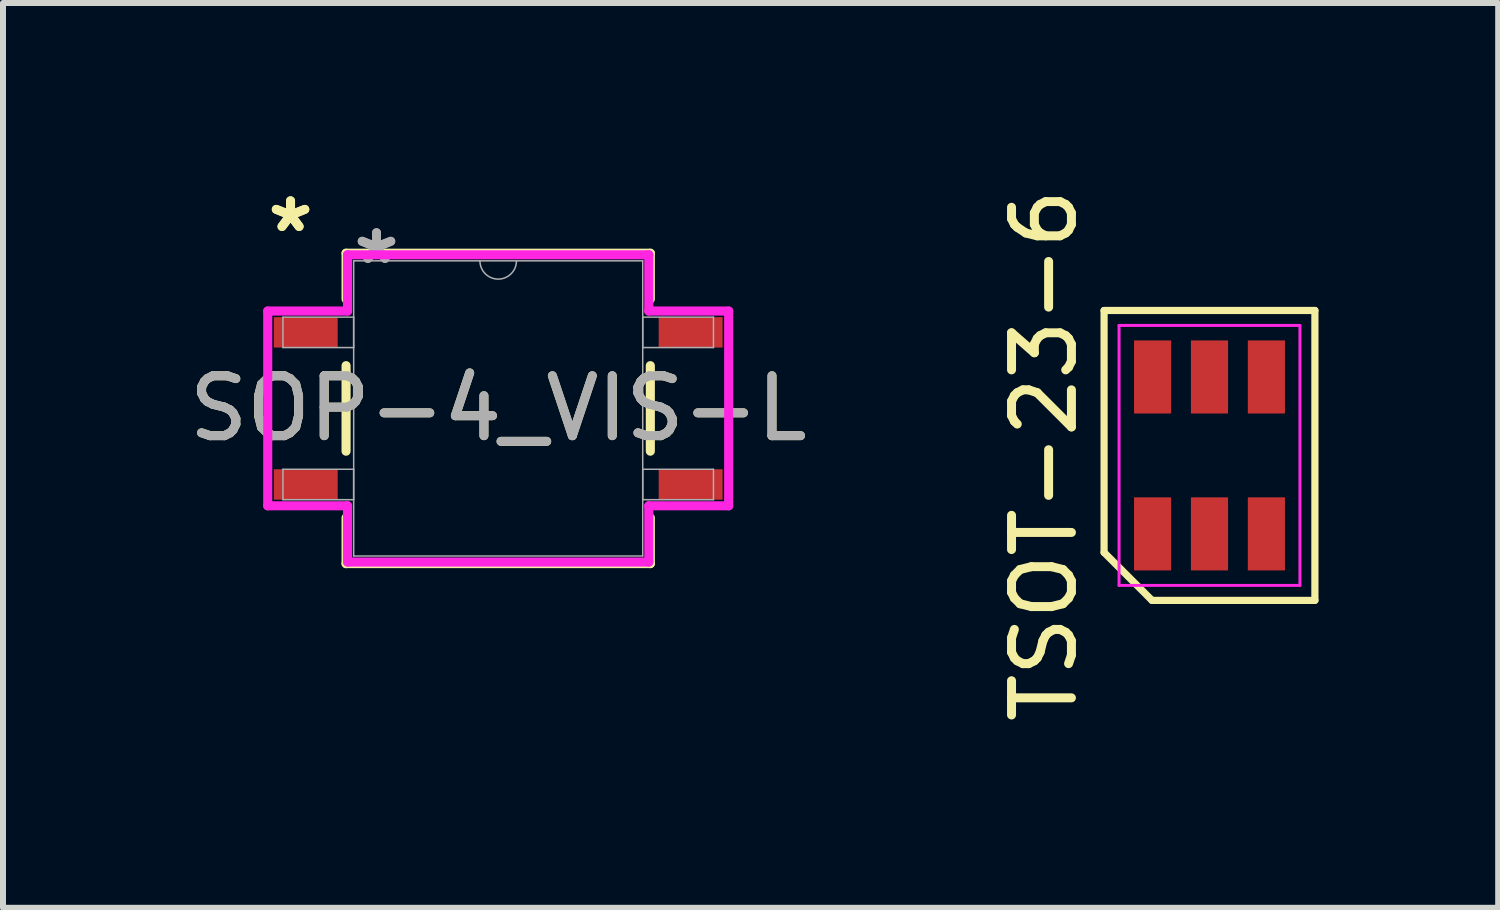
<source format=kicad_pcb>
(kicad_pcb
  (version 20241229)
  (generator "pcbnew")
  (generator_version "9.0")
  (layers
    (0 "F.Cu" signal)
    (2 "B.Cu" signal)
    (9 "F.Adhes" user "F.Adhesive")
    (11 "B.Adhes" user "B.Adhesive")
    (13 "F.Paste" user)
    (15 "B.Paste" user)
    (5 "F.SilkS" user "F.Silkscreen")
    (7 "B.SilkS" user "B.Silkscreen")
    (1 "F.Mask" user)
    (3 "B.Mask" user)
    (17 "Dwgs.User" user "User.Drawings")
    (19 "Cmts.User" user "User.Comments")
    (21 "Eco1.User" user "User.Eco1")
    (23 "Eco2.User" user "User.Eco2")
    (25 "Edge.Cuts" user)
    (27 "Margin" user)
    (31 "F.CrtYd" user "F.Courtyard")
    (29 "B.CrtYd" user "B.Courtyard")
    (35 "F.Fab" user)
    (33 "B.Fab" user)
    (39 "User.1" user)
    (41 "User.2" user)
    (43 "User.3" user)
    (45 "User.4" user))
  (footprint "SOP-4_VIS-L"
    (layer "F.Cu")
    (at 5.268 3.769)
    (property "Reference" "SOP-4_VIS-L" (at 0 0 0) (unlocked yes) (layer "F.SilkS") (effects (font (size 1 1) (thickness 0.15))))
    (attr smd)
    (fp_line (start -2.54 -2.591) (end -2.54 -1.826) (stroke (width 0.152) (type solid)) (layer "F.SilkS"))
    (fp_line (start -2.54 -0.714) (end -2.54 0.714) (stroke (width 0.152) (type solid)) (layer "F.SilkS"))
    (fp_line (start -2.54 1.826) (end -2.54 2.591) (stroke (width 0.152) (type solid)) (layer "F.SilkS"))
    (fp_line (start -2.54 2.591) (end 2.54 2.591) (stroke (width 0.152) (type solid)) (layer "F.SilkS"))
    (fp_line (start 2.54 -2.591) (end -2.54 -2.591) (stroke (width 0.152) (type solid)) (layer "F.SilkS"))
    (fp_line (start 2.54 -1.826) (end 2.54 -2.591) (stroke (width 0.152) (type solid)) (layer "F.SilkS"))
    (fp_line (start 2.54 0.714) (end 2.54 -0.714) (stroke (width 0.152) (type solid)) (layer "F.SilkS"))
    (fp_line (start 2.54 2.591) (end 2.54 1.826) (stroke (width 0.152) (type solid)) (layer "F.SilkS"))
    (fp_line (start -3.848 -1.626) (end -2.515 -1.626) (stroke (width 0.152) (type solid)) (layer "F.CrtYd"))
    (fp_line (start -3.848 1.626) (end -3.848 -1.626) (stroke (width 0.152) (type solid)) (layer "F.CrtYd"))
    (fp_line (start -3.848 1.626) (end -2.515 1.626) (stroke (width 0.152) (type solid)) (layer "F.CrtYd"))
    (fp_line (start -2.515 -2.565) (end 2.515 -2.565) (stroke (width 0.152) (type solid)) (layer "F.CrtYd"))
    (fp_line (start -2.515 -1.626) (end -2.515 -2.565) (stroke (width 0.152) (type solid)) (layer "F.CrtYd"))
    (fp_line (start -2.515 2.565) (end -2.515 1.626) (stroke (width 0.152) (type solid)) (layer "F.CrtYd"))
    (fp_line (start 2.515 -2.565) (end 2.515 -1.626) (stroke (width 0.152) (type solid)) (layer "F.CrtYd"))
    (fp_line (start 2.515 1.626) (end 2.515 2.565) (stroke (width 0.152) (type solid)) (layer "F.CrtYd"))
    (fp_line (start 2.515 2.565) (end -2.515 2.565) (stroke (width 0.152) (type solid)) (layer "F.CrtYd"))
    (fp_line (start 3.848 -1.626) (end 2.515 -1.626) (stroke (width 0.152) (type solid)) (layer "F.CrtYd"))
    (fp_line (start 3.848 -1.626) (end 3.848 1.626) (stroke (width 0.152) (type solid)) (layer "F.CrtYd"))
    (fp_line (start 3.848 1.626) (end 2.515 1.626) (stroke (width 0.152) (type solid)) (layer "F.CrtYd"))
    (fp_line (start -3.594 -1.524) (end -3.594 -1.016) (stroke (width 0.025) (type solid)) (layer "F.Fab"))
    (fp_line (start -3.594 -1.016) (end -2.413 -1.016) (stroke (width 0.025) (type solid)) (layer "F.Fab"))
    (fp_line (start -3.594 1.016) (end -3.594 1.524) (stroke (width 0.025) (type solid)) (layer "F.Fab"))
    (fp_line (start -3.594 1.524) (end -2.413 1.524) (stroke (width 0.025) (type solid)) (layer "F.Fab"))
    (fp_line (start -2.413 -2.464) (end -2.413 2.464) (stroke (width 0.025) (type solid)) (layer "F.Fab"))
    (fp_line (start -2.413 -1.524) (end -3.594 -1.524) (stroke (width 0.025) (type solid)) (layer "F.Fab"))
    (fp_line (start -2.413 -1.016) (end -2.413 -1.524) (stroke (width 0.025) (type solid)) (layer "F.Fab"))
    (fp_line (start -2.413 1.016) (end -3.594 1.016) (stroke (width 0.025) (type solid)) (layer "F.Fab"))
    (fp_line (start -2.413 1.524) (end -2.413 1.016) (stroke (width 0.025) (type solid)) (layer "F.Fab"))
    (fp_line (start -2.413 2.464) (end 2.413 2.464) (stroke (width 0.025) (type solid)) (layer "F.Fab"))
    (fp_line (start 2.413 -2.464) (end -2.413 -2.464) (stroke (width 0.025) (type solid)) (layer "F.Fab"))
    (fp_line (start 2.413 -1.524) (end 2.413 -1.016) (stroke (width 0.025) (type solid)) (layer "F.Fab"))
    (fp_line (start 2.413 -1.016) (end 3.594 -1.016) (stroke (width 0.025) (type solid)) (layer "F.Fab"))
    (fp_line (start 2.413 1.016) (end 2.413 1.524) (stroke (width 0.025) (type solid)) (layer "F.Fab"))
    (fp_line (start 2.413 1.524) (end 3.594 1.524) (stroke (width 0.025) (type solid)) (layer "F.Fab"))
    (fp_line (start 2.413 2.464) (end 2.413 -2.464) (stroke (width 0.025) (type solid)) (layer "F.Fab"))
    (fp_line (start 3.594 -1.524) (end 2.413 -1.524) (stroke (width 0.025) (type solid)) (layer "F.Fab"))
    (fp_line (start 3.594 -1.016) (end 3.594 -1.524) (stroke (width 0.025) (type solid)) (layer "F.Fab"))
    (fp_line (start 3.594 1.016) (end 2.413 1.016) (stroke (width 0.025) (type solid)) (layer "F.Fab"))
    (fp_line (start 3.594 1.524) (end 3.594 1.016) (stroke (width 0.025) (type solid)) (layer "F.Fab"))
    (fp_arc (start 0.3048 -2.4638) (mid 0 -2.159) (end -0.3048 -2.4638) (stroke (width 0.0254) (type solid)) (layer "F.Fab"))
    (fp_text user "*" (at -3.467 -2.921 0) (layer "F.SilkS") (effects (font (size 1 1) (thickness 0.15))))
    (fp_text user "*" (at -3.467 -2.921 0) (unlocked yes) (layer "F.SilkS") (effects (font (size 1 1) (thickness 0.15))))
    (fp_text user "*" (at -2.032 -2.388 0) (unlocked yes) (layer "F.Fab") (effects (font (size 1 1) (thickness 0.15))))
    (fp_text user "${REFERENCE}" (at 0 0 0) (unlocked yes) (layer "F.Fab") (effects (font (size 1 1) (thickness 0.15))))
    (fp_text user "*" (at -2.032 -2.388 0) (layer "F.Fab") (effects (font (size 1 1) (thickness 0.15))))
    (pad "1" smd rect (at -3.213 -1.27) (size 1.067 0.508) (layers "F.Cu" "F.Mask" "F.Paste"))
    (pad "2" smd rect (at -3.213 1.27) (size 1.067 0.508) (layers "F.Cu" "F.Mask" "F.Paste"))
    (pad "3" smd rect (at 3.213 1.27) (size 1.067 0.508) (layers "F.Cu" "F.Mask" "F.Paste"))
    (pad "4" smd rect (at 3.213 -1.27) (size 1.067 0.508) (layers "F.Cu" "F.Mask" "F.Paste")))
  (footprint "TSOT-23-6"
    (layer "F.Cu")
    (at 17.144 4.554)
    (property "Reference" "TSOT-23-6" (at -2.76 0 90) (layer "F.SilkS") (effects (font (size 1 1) (thickness 0.15))))
    (attr smd)
    (fp_line (start -1.76 -2.42) (end 1.76 -2.42) (stroke (width 0.12) (type default)) (layer "F.SilkS"))
    (fp_line (start -1.76 1.62) (end -1.76 -2.42) (stroke (width 0.12) (type default)) (layer "F.SilkS"))
    (fp_line (start -0.96 2.42) (end -1.76 1.62) (stroke (width 0.12) (type default)) (layer "F.SilkS"))
    (fp_line (start 1.76 -2.42) (end 1.76 2.42) (stroke (width 0.12) (type default)) (layer "F.SilkS"))
    (fp_line (start 1.76 2.42) (end -0.96 2.42) (stroke (width 0.12) (type default)) (layer "F.SilkS"))
    (fp_line (start -1.51 -2.17) (end 1.51 -2.17) (stroke (width 0.05) (type default)) (layer "F.CrtYd"))
    (fp_line (start -1.51 2.17) (end -1.51 -2.17) (stroke (width 0.05) (type default)) (layer "F.CrtYd"))
    (fp_line (start 1.51 -2.17) (end 1.51 2.17) (stroke (width 0.05) (type default)) (layer "F.CrtYd"))
    (fp_line (start 1.51 2.17) (end -1.51 2.17) (stroke (width 0.05) (type default)) (layer "F.CrtYd"))
    (pad "1" smd rect (at -0.95 1.31) (size 0.62 1.22) (layers "F.Cu" "F.Mask" "F.Paste"))
    (pad "2" smd rect (at 0 1.31) (size 0.62 1.22) (layers "F.Cu" "F.Mask" "F.Paste"))
    (pad "3" smd rect (at 0.95 1.31) (size 0.62 1.22) (layers "F.Cu" "F.Mask" "F.Paste"))
    (pad "4" smd rect (at 0.95 -1.31) (size 0.62 1.22) (layers "F.Cu" "F.Mask" "F.Paste"))
    (pad "5" smd rect (at 0 -1.31) (size 0.62 1.22) (layers "F.Cu" "F.Mask" "F.Paste"))
    (pad "6" smd rect (at -0.95 -1.31) (size 0.62 1.22) (layers "F.Cu" "F.Mask" "F.Paste")))
  (gr_rect
    (start -3 -3)
    (end 21.964 12.107)
    (stroke (width 0.1) (type default))
    (fill no)
    (layer "Edge.Cuts")))
</source>
